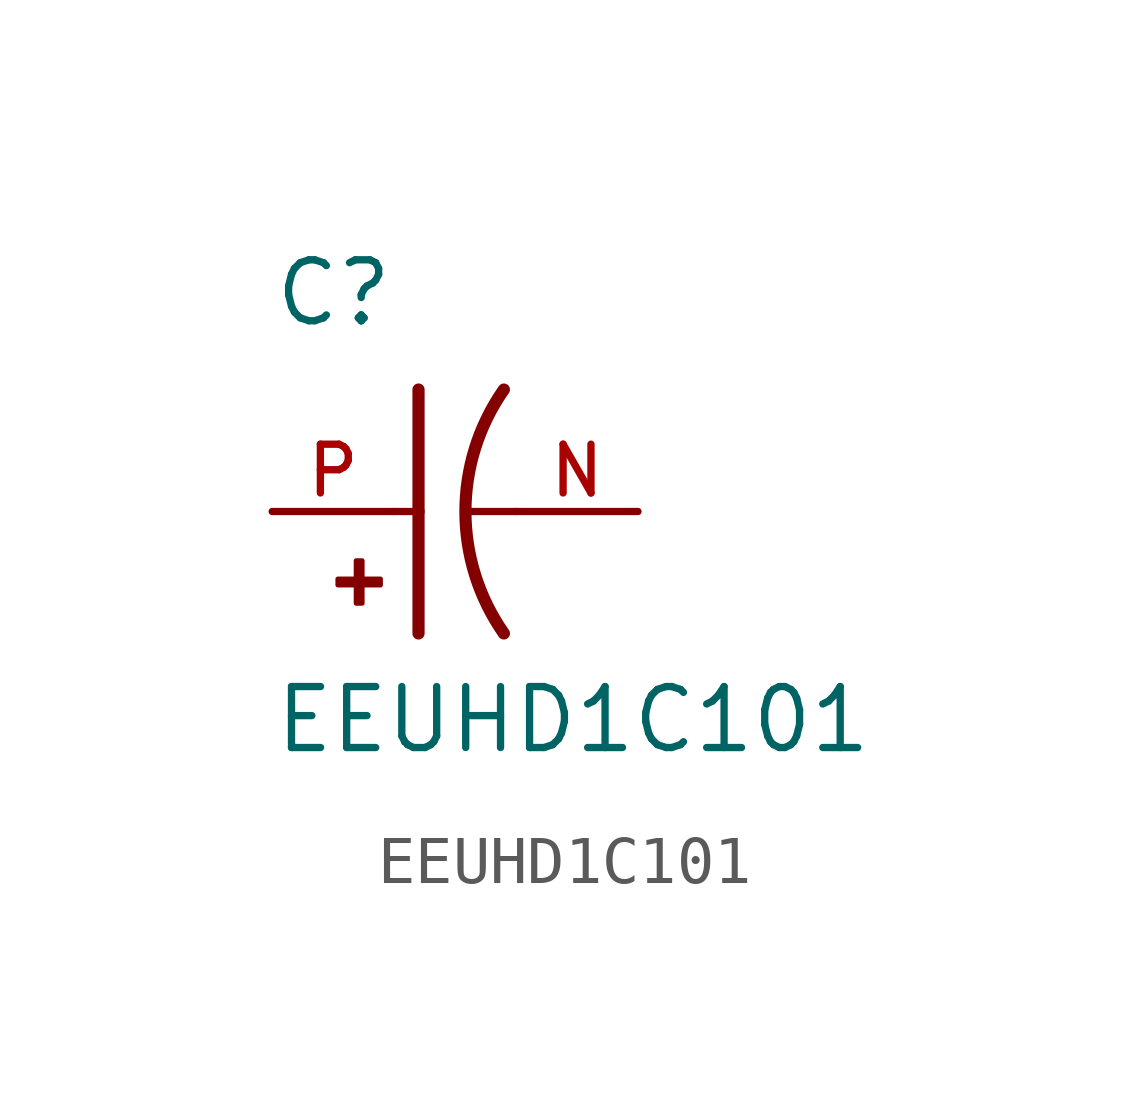
<source format=kicad_sym>
(kicad_symbol_lib
  (version 20211014)
  (generator kicad_symbol_editor)
  (symbol "EEUHD1C101"
    (pin_names
      (offset 1.016))
    (property "Reference" "C"
      (at -2.54 3.81 0)
      (effects (font (size 1.27 1.27)) (justify bottom left)))
    (property "Value" "EEUHD1C101"
      (at -2.54 -5.08 0)
      (effects (font (size 1.27 1.27)) (justify bottom left)))
    (symbol "EEUHD1C101_0_0"
      (arc (start 2.286 -2.54) (mid 1.4851 -0.0) (end 2.286 2.54) (stroke (width 0.254) (type default) (color 0 0 0 0)) (fill (type none)))
      (polyline (pts (xy 0.508 2.54) (xy 0.508 0.0)) (stroke (width 0.254)))
      (rectangle (start -1.173 -1.532) (end -0.284 -1.405) (stroke (width 0.1)) (fill (type outline)))
      (rectangle (start -0.792 -1.913) (end -0.665 -1.024) (stroke (width 0.1)) (fill (type outline)))
      (polyline (pts (xy 0.508 0.0) (xy 0.508 -2.54)) (stroke (width 0.254)))
      (polyline (pts (xy 0.0 0.0) (xy 0.508 0.0)) (stroke (width 0.152)))
      (polyline (pts (xy 2.54 0.0) (xy 1.524 0.0)) (stroke (width 0.152)))
      (pin passive line (at -2.54 0.0 0) (length 2.54) (name "~" (effects (font (size 1.016 1.016)))) (number "P" (effects (font (size 1.016 1.016)))))
      (pin passive line (at 5.08 0.0 180.0) (length 2.54) (name "~" (effects (font (size 1.016 1.016)))) (number "N" (effects (font (size 1.016 1.016))))))))
</source>
